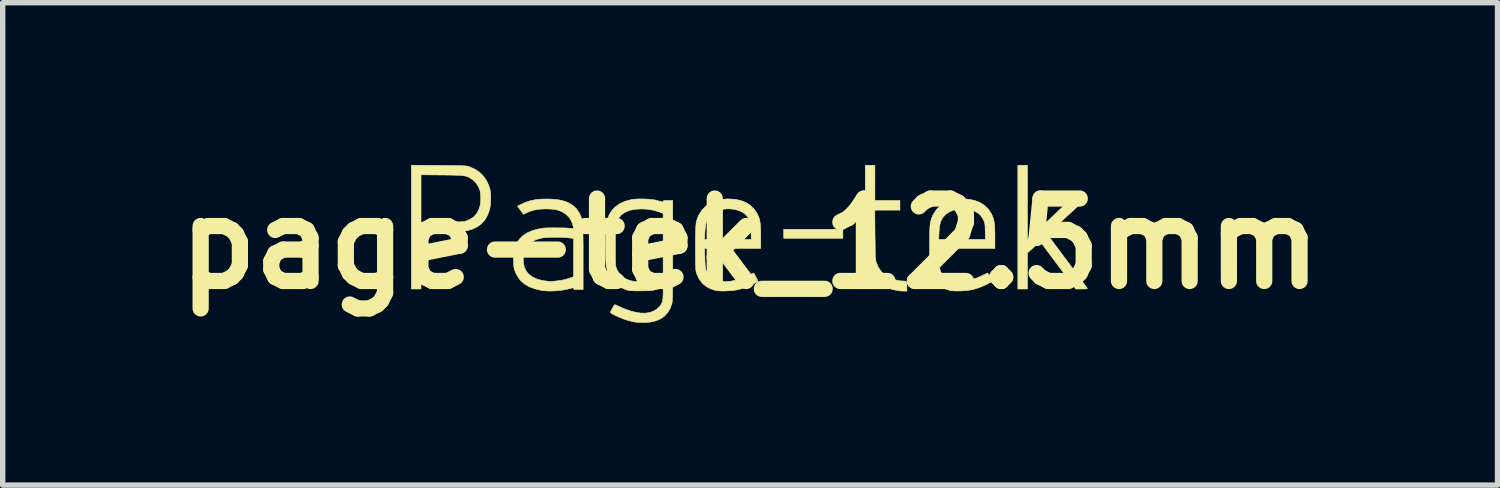
<source format=kicad_pcb>
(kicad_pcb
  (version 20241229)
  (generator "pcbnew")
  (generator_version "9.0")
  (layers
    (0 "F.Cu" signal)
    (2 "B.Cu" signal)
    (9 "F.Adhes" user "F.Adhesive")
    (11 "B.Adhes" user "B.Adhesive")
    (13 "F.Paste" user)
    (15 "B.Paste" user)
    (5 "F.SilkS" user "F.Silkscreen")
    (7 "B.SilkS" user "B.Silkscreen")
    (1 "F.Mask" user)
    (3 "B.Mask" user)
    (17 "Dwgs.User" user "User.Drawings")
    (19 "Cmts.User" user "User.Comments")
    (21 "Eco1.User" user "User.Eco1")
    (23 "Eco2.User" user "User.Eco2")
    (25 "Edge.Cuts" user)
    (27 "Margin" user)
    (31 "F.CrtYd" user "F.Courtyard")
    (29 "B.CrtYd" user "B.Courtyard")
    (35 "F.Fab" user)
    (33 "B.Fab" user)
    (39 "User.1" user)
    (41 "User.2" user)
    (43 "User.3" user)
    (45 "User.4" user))
  (footprint "page-tek_12.5mm"
    (layer "F.Cu")
    (at 10.82 1.456)
    (property "Reference" "page-tek_12.5mm" (at 0 0 0) (layer "F.SilkS") (effects (font (size 1.524 1.524) (thickness 0.3))))
    (attr through_hole)
    (fp_poly (pts (xy 1.716 -0.099) (xy 0.621 -0.099) (xy 0.621 -0.266) (xy 1.716 -0.266) (xy 1.716 -0.099)) (stroke (width 0.01) (type solid)) (fill yes) (layer "F.SilkS"))
    (fp_poly (pts (xy 5.129 -0.077) (xy 5.195 -0.136) (xy 5.233 -0.17) (xy 5.277 -0.21) (xy 5.327 -0.256) (xy 5.386 -0.311) (xy 5.454 -0.375) (xy 5.533 -0.449) (xy 5.625 -0.535) (xy 5.69 -0.597) (xy 5.746 -0.65) (xy 5.799 -0.699) (xy 5.845 -0.742) (xy 5.883 -0.777) (xy 5.912 -0.803) (xy 5.929 -0.818) (xy 5.933 -0.821) (xy 5.948 -0.824) (xy 5.978 -0.826) (xy 6.019 -0.827) (xy 6.068 -0.826) (xy 6.075 -0.826) (xy 6.203 -0.824) (xy 5.496 -0.173) (xy 5.518 -0.143) (xy 5.528 -0.13) (xy 5.548 -0.102) (xy 5.578 -0.062) (xy 5.617 -0.01) (xy 5.662 0.051) (xy 5.714 0.121) (xy 5.771 0.197) (xy 5.832 0.279) (xy 5.885 0.35) (xy 5.948 0.435) (xy 6.007 0.514) (xy 6.062 0.588) (xy 6.111 0.655) (xy 6.154 0.713) (xy 6.189 0.76) (xy 6.215 0.796) (xy 6.232 0.818) (xy 6.237 0.826) (xy 6.236 0.832) (xy 6.224 0.835) (xy 6.197 0.837) (xy 6.154 0.838) (xy 6.133 0.838) (xy 6.021 0.838) (xy 5.364 -0.039) (xy 5.129 0.171) (xy 5.129 0.838) (xy 4.951 0.838) (xy 4.951 -1.45) (xy 5.129 -1.45) (xy 5.129 -0.077)) (stroke (width 0.01) (type solid)) (fill yes) (layer "F.SilkS"))
    (fp_poly (pts (xy 2.308 -0.799) (xy 2.771 -0.799) (xy 2.771 -0.621) (xy 2.306 -0.621) (xy 2.31 -0.165) (xy 2.312 -0.058) (xy 2.313 0.032) (xy 2.314 0.106) (xy 2.315 0.166) (xy 2.317 0.214) (xy 2.318 0.252) (xy 2.321 0.281) (xy 2.323 0.304) (xy 2.327 0.322) (xy 2.331 0.338) (xy 2.335 0.351) (xy 2.374 0.44) (xy 2.428 0.517) (xy 2.497 0.581) (xy 2.578 0.631) (xy 2.673 0.666) (xy 2.712 0.675) (xy 2.754 0.683) (xy 2.796 0.689) (xy 2.826 0.69) (xy 2.859 0.691) (xy 2.881 0.696) (xy 2.893 0.708) (xy 2.898 0.731) (xy 2.9 0.768) (xy 2.9 0.79) (xy 2.9 0.878) (xy 2.843 0.876) (xy 2.806 0.875) (xy 2.772 0.873) (xy 2.757 0.871) (xy 2.634 0.848) (xy 2.523 0.811) (xy 2.425 0.761) (xy 2.341 0.698) (xy 2.272 0.623) (xy 2.221 0.542) (xy 2.206 0.514) (xy 2.193 0.486) (xy 2.182 0.458) (xy 2.172 0.428) (xy 2.163 0.395) (xy 2.156 0.359) (xy 2.15 0.316) (xy 2.145 0.267) (xy 2.141 0.21) (xy 2.138 0.143) (xy 2.135 0.066) (xy 2.133 -0.024) (xy 2.132 -0.127) (xy 2.131 -0.245) (xy 2.131 -0.379) (xy 2.13 -0.53) (xy 2.13 -0.658) (xy 2.13 -1.45) (xy 2.308 -1.45) (xy 2.308 -0.799)) (stroke (width 0.01) (type solid)) (fill yes) (layer "F.SilkS"))
    (fp_poly (pts (xy -5.757 -1.447) (xy -5.644 -1.446) (xy -5.549 -1.446) (xy -5.47 -1.445) (xy -5.406 -1.444) (xy -5.353 -1.443) (xy -5.312 -1.441) (xy -5.28 -1.439) (xy -5.254 -1.437) (xy -5.234 -1.434) (xy -5.218 -1.431) (xy -5.204 -1.427) (xy -5.19 -1.422) (xy -5.089 -1.378) (xy -5.002 -1.32) (xy -4.93 -1.249) (xy -4.872 -1.164) (xy -4.828 -1.065) (xy -4.808 -0.997) (xy -4.799 -0.945) (xy -4.795 -0.88) (xy -4.796 -0.808) (xy -4.8 -0.737) (xy -4.809 -0.671) (xy -4.818 -0.626) (xy -4.854 -0.526) (xy -4.904 -0.44) (xy -4.967 -0.369) (xy -5.044 -0.312) (xy -5.134 -0.269) (xy -5.209 -0.247) (xy -5.231 -0.242) (xy -5.253 -0.238) (xy -5.278 -0.234) (xy -5.307 -0.232) (xy -5.342 -0.23) (xy -5.387 -0.229) (xy -5.442 -0.228) (xy -5.511 -0.227) (xy -5.595 -0.227) (xy -5.688 -0.227) (xy -6.085 -0.227) (xy -6.085 0.838) (xy -6.263 0.838) (xy -6.263 -0.393) (xy -6.085 -0.393) (xy -5.698 -0.397) (xy -5.594 -0.399) (xy -5.507 -0.4) (xy -5.436 -0.402) (xy -5.38 -0.404) (xy -5.336 -0.406) (xy -5.303 -0.409) (xy -5.278 -0.413) (xy -5.262 -0.416) (xy -5.179 -0.45) (xy -5.11 -0.496) (xy -5.056 -0.556) (xy -5.016 -0.631) (xy -4.991 -0.711) (xy -4.985 -0.751) (xy -4.982 -0.804) (xy -4.982 -0.862) (xy -4.982 -0.869) (xy -4.985 -0.919) (xy -4.989 -0.956) (xy -4.996 -0.987) (xy -5.008 -1.017) (xy -5.016 -1.036) (xy -5.05 -1.097) (xy -5.087 -1.145) (xy -5.131 -1.184) (xy -5.154 -1.199) (xy -5.179 -1.215) (xy -5.202 -1.228) (xy -5.226 -1.239) (xy -5.252 -1.247) (xy -5.282 -1.254) (xy -5.319 -1.259) (xy -5.364 -1.263) (xy -5.42 -1.265) (xy -5.49 -1.267) (xy -5.574 -1.269) (xy -5.675 -1.27) (xy -5.698 -1.27) (xy -6.085 -1.274) (xy -6.085 -0.393) (xy -6.263 -0.393) (xy -6.263 -1.451) (xy -5.757 -1.447)) (stroke (width 0.01) (type solid)) (fill yes) (layer "F.SilkS"))
    (fp_poly (pts (xy -0.282 -0.821) (xy -0.175 -0.799) (xy -0.08 -0.762) (xy 0.001 -0.711) (xy 0.07 -0.646) (xy 0.124 -0.567) (xy 0.131 -0.555) (xy 0.151 -0.513) (xy 0.167 -0.472) (xy 0.179 -0.429) (xy 0.187 -0.38) (xy 0.193 -0.322) (xy 0.196 -0.253) (xy 0.197 -0.168) (xy 0.197 -0.129) (xy 0.197 0.089) (xy -0.841 0.089) (xy -0.836 0.269) (xy -0.833 0.346) (xy -0.829 0.408) (xy -0.823 0.456) (xy -0.814 0.494) (xy -0.801 0.526) (xy -0.783 0.555) (xy -0.761 0.583) (xy -0.757 0.587) (xy -0.704 0.636) (xy -0.64 0.671) (xy -0.565 0.692) (xy -0.476 0.701) (xy -0.454 0.701) (xy -0.352 0.693) (xy -0.241 0.668) (xy -0.125 0.629) (xy -0.01 0.577) (xy 0.023 0.561) (xy 0.049 0.548) (xy 0.062 0.543) (xy 0.063 0.542) (xy 0.071 0.551) (xy 0.085 0.572) (xy 0.1 0.601) (xy 0.117 0.633) (xy 0.131 0.664) (xy 0.14 0.688) (xy 0.142 0.7) (xy 0.142 0.7) (xy 0.127 0.71) (xy 0.098 0.725) (xy 0.061 0.744) (xy 0.02 0.764) (xy -0.02 0.782) (xy -0.054 0.797) (xy -0.059 0.799) (xy -0.146 0.83) (xy -0.226 0.851) (xy -0.309 0.865) (xy -0.4 0.872) (xy -0.439 0.874) (xy -0.512 0.875) (xy -0.569 0.873) (xy -0.612 0.869) (xy -0.641 0.864) (xy -0.738 0.831) (xy -0.821 0.785) (xy -0.888 0.726) (xy -0.942 0.654) (xy -0.982 0.567) (xy -0.992 0.538) (xy -0.997 0.521) (xy -1.001 0.503) (xy -1.004 0.481) (xy -1.006 0.453) (xy -1.008 0.417) (xy -1.009 0.371) (xy -1.01 0.314) (xy -1.01 0.242) (xy -1.011 0.154) (xy -1.011 0.079) (xy -1.011 -0.033) (xy -1.01 -0.079) (xy -0.841 -0.079) (xy 0.021 -0.079) (xy 0.018 -0.229) (xy 0.017 -0.287) (xy 0.015 -0.329) (xy 0.012 -0.36) (xy 0.008 -0.384) (xy 0.001 -0.406) (xy -0.01 -0.429) (xy -0.019 -0.447) (xy -0.041 -0.485) (xy -0.065 -0.52) (xy -0.087 -0.544) (xy -0.148 -0.585) (xy -0.221 -0.617) (xy -0.303 -0.637) (xy -0.389 -0.645) (xy -0.466 -0.641) (xy -0.562 -0.622) (xy -0.644 -0.588) (xy -0.712 -0.541) (xy -0.76 -0.49) (xy -0.787 -0.449) (xy -0.807 -0.404) (xy -0.821 -0.351) (xy -0.83 -0.286) (xy -0.836 -0.206) (xy -0.841 -0.079) (xy -1.01 -0.079) (xy -1.01 -0.128) (xy -1.009 -0.207) (xy -1.006 -0.273) (xy -1.003 -0.328) (xy -0.998 -0.374) (xy -0.991 -0.413) (xy -0.982 -0.447) (xy -0.971 -0.478) (xy -0.958 -0.509) (xy -0.942 -0.542) (xy -0.941 -0.542) (xy -0.889 -0.624) (xy -0.821 -0.692) (xy -0.741 -0.748) (xy -0.649 -0.789) (xy -0.545 -0.816) (xy -0.432 -0.828) (xy -0.401 -0.828) (xy -0.282 -0.821)) (stroke (width 0.01) (type solid)) (fill yes) (layer "F.SilkS"))
    (fp_poly (pts (xy 4.048 -0.821) (xy 4.155 -0.799) (xy 4.25 -0.762) (xy 4.331 -0.711) (xy 4.4 -0.646) (xy 4.454 -0.567) (xy 4.461 -0.555) (xy 4.481 -0.513) (xy 4.496 -0.472) (xy 4.508 -0.429) (xy 4.517 -0.38) (xy 4.522 -0.322) (xy 4.526 -0.253) (xy 4.527 -0.168) (xy 4.527 -0.129) (xy 4.527 0.089) (xy 3.489 0.089) (xy 3.494 0.269) (xy 3.497 0.346) (xy 3.501 0.408) (xy 3.507 0.456) (xy 3.516 0.494) (xy 3.529 0.526) (xy 3.546 0.555) (xy 3.569 0.583) (xy 3.572 0.587) (xy 3.626 0.636) (xy 3.69 0.671) (xy 3.765 0.692) (xy 3.854 0.701) (xy 3.876 0.701) (xy 3.978 0.693) (xy 4.089 0.668) (xy 4.205 0.629) (xy 4.32 0.577) (xy 4.353 0.561) (xy 4.378 0.548) (xy 4.392 0.543) (xy 4.393 0.542) (xy 4.401 0.551) (xy 4.414 0.572) (xy 4.43 0.601) (xy 4.446 0.633) (xy 4.46 0.664) (xy 4.47 0.688) (xy 4.472 0.7) (xy 4.472 0.7) (xy 4.456 0.71) (xy 4.428 0.725) (xy 4.391 0.744) (xy 4.35 0.764) (xy 4.31 0.782) (xy 4.276 0.797) (xy 4.271 0.799) (xy 4.184 0.83) (xy 4.103 0.851) (xy 4.021 0.865) (xy 3.93 0.872) (xy 3.891 0.874) (xy 3.818 0.875) (xy 3.761 0.873) (xy 3.718 0.869) (xy 3.689 0.864) (xy 3.592 0.831) (xy 3.509 0.785) (xy 3.442 0.726) (xy 3.388 0.654) (xy 3.347 0.567) (xy 3.337 0.538) (xy 3.333 0.521) (xy 3.329 0.503) (xy 3.326 0.481) (xy 3.324 0.453) (xy 3.322 0.417) (xy 3.321 0.371) (xy 3.32 0.314) (xy 3.319 0.242) (xy 3.319 0.154) (xy 3.319 0.079) (xy 3.319 -0.033) (xy 3.32 -0.079) (xy 3.488 -0.079) (xy 4.351 -0.079) (xy 4.348 -0.229) (xy 4.346 -0.287) (xy 4.345 -0.329) (xy 4.342 -0.36) (xy 4.337 -0.384) (xy 4.33 -0.406) (xy 4.32 -0.429) (xy 4.311 -0.447) (xy 4.289 -0.485) (xy 4.264 -0.52) (xy 4.242 -0.544) (xy 4.182 -0.585) (xy 4.109 -0.617) (xy 4.027 -0.637) (xy 3.941 -0.645) (xy 3.863 -0.641) (xy 3.767 -0.622) (xy 3.685 -0.588) (xy 3.617 -0.541) (xy 3.57 -0.49) (xy 3.543 -0.449) (xy 3.523 -0.404) (xy 3.509 -0.351) (xy 3.5 -0.286) (xy 3.494 -0.206) (xy 3.488 -0.079) (xy 3.32 -0.079) (xy 3.32 -0.128) (xy 3.321 -0.207) (xy 3.324 -0.273) (xy 3.327 -0.328) (xy 3.332 -0.374) (xy 3.339 -0.413) (xy 3.348 -0.447) (xy 3.359 -0.478) (xy 3.372 -0.509) (xy 3.388 -0.542) (xy 3.389 -0.542) (xy 3.441 -0.624) (xy 3.508 -0.692) (xy 3.589 -0.748) (xy 3.681 -0.789) (xy 3.785 -0.816) (xy 3.898 -0.828) (xy 3.928 -0.828) (xy 4.048 -0.821)) (stroke (width 0.01) (type solid)) (fill yes) (layer "F.SilkS"))
    (fp_poly (pts (xy -3.72 -0.826) (xy -3.631 -0.821) (xy -3.557 -0.814) (xy -3.493 -0.802) (xy -3.434 -0.786) (xy -3.376 -0.764) (xy -3.356 -0.754) (xy -3.278 -0.708) (xy -3.213 -0.648) (xy -3.162 -0.577) (xy -3.147 -0.548) (xy -3.135 -0.521) (xy -3.125 -0.496) (xy -3.117 -0.47) (xy -3.109 -0.442) (xy -3.104 -0.41) (xy -3.099 -0.372) (xy -3.095 -0.328) (xy -3.092 -0.275) (xy -3.09 -0.211) (xy -3.089 -0.136) (xy -3.088 -0.046) (xy -3.087 0.058) (xy -3.087 0.18) (xy -3.087 0.262) (xy -3.087 0.848) (xy -3.176 0.848) (xy -3.218 0.848) (xy -3.244 0.846) (xy -3.258 0.843) (xy -3.264 0.836) (xy -3.265 0.829) (xy -3.266 0.819) (xy -3.273 0.815) (xy -3.291 0.819) (xy -3.311 0.825) (xy -3.401 0.847) (xy -3.501 0.863) (xy -3.605 0.873) (xy -3.708 0.876) (xy -3.803 0.871) (xy -3.858 0.864) (xy -3.976 0.836) (xy -4.078 0.799) (xy -4.164 0.751) (xy -4.235 0.691) (xy -4.292 0.619) (xy -4.337 0.535) (xy -4.35 0.498) (xy -4.36 0.468) (xy -4.367 0.44) (xy -4.371 0.409) (xy -4.373 0.37) (xy -4.374 0.319) (xy -4.374 0.286) (xy -4.374 0.285) (xy -4.195 0.285) (xy -4.191 0.351) (xy -4.18 0.413) (xy -4.171 0.444) (xy -4.137 0.512) (xy -4.086 0.57) (xy -4.02 0.618) (xy -3.939 0.655) (xy -3.844 0.68) (xy -3.774 0.69) (xy -3.736 0.694) (xy -3.707 0.697) (xy -3.69 0.698) (xy -3.689 0.699) (xy -3.677 0.698) (xy -3.651 0.696) (xy -3.614 0.693) (xy -3.588 0.69) (xy -3.473 0.674) (xy -3.372 0.649) (xy -3.316 0.63) (xy -3.265 0.609) (xy -3.265 -0.097) (xy -3.311 -0.103) (xy -3.388 -0.111) (xy -3.472 -0.117) (xy -3.56 -0.119) (xy -3.648 -0.119) (xy -3.73 -0.116) (xy -3.804 -0.11) (xy -3.863 -0.102) (xy -3.879 -0.098) (xy -3.97 -0.069) (xy -4.046 -0.027) (xy -4.107 0.027) (xy -4.152 0.093) (xy -4.182 0.17) (xy -4.192 0.223) (xy -4.195 0.285) (xy -4.374 0.285) (xy -4.373 0.226) (xy -4.372 0.181) (xy -4.368 0.146) (xy -4.363 0.117) (xy -4.355 0.087) (xy -4.35 0.074) (xy -4.313 -0.012) (xy -4.264 -0.086) (xy -4.201 -0.148) (xy -4.124 -0.199) (xy -4.033 -0.239) (xy -3.925 -0.27) (xy -3.827 -0.287) (xy -3.794 -0.29) (xy -3.748 -0.292) (xy -3.69 -0.293) (xy -3.626 -0.294) (xy -3.558 -0.293) (xy -3.491 -0.292) (xy -3.427 -0.291) (xy -3.371 -0.288) (xy -3.325 -0.285) (xy -3.294 -0.282) (xy -3.285 -0.28) (xy -3.27 -0.277) (xy -3.265 -0.283) (xy -3.267 -0.302) (xy -3.269 -0.311) (xy -3.294 -0.397) (xy -3.335 -0.472) (xy -3.391 -0.533) (xy -3.461 -0.582) (xy -3.544 -0.617) (xy -3.6 -0.631) (xy -3.636 -0.636) (xy -3.685 -0.64) (xy -3.74 -0.642) (xy -3.787 -0.643) (xy -3.893 -0.638) (xy -3.986 -0.623) (xy -4.073 -0.597) (xy -4.13 -0.573) (xy -4.191 -0.544) (xy -4.246 -0.618) (xy -4.27 -0.65) (xy -4.288 -0.676) (xy -4.298 -0.692) (xy -4.299 -0.695) (xy -4.289 -0.701) (xy -4.266 -0.712) (xy -4.244 -0.724) (xy -4.15 -0.766) (xy -4.057 -0.796) (xy -3.96 -0.816) (xy -3.855 -0.825) (xy -3.737 -0.826) (xy -3.72 -0.826)) (stroke (width 0.01) (type solid)) (fill yes) (layer "F.SilkS"))
    (fp_poly (pts (xy -1.948 -0.826) (xy -1.884 -0.823) (xy -1.832 -0.819) (xy -1.786 -0.813) (xy -1.738 -0.803) (xy -1.684 -0.789) (xy -1.63 -0.773) (xy -1.613 -0.772) (xy -1.608 -0.783) (xy -1.605 -0.791) (xy -1.594 -0.795) (xy -1.572 -0.798) (xy -1.535 -0.799) (xy -1.519 -0.799) (xy -1.43 -0.799) (xy -1.43 0.124) (xy -1.43 0.283) (xy -1.43 0.422) (xy -1.43 0.545) (xy -1.431 0.651) (xy -1.431 0.743) (xy -1.432 0.821) (xy -1.433 0.887) (xy -1.434 0.941) (xy -1.435 0.986) (xy -1.436 1.022) (xy -1.438 1.05) (xy -1.44 1.072) (xy -1.442 1.089) (xy -1.444 1.103) (xy -1.446 1.107) (xy -1.478 1.199) (xy -1.525 1.277) (xy -1.586 1.342) (xy -1.661 1.393) (xy -1.749 1.429) (xy -1.849 1.451) (xy -1.962 1.459) (xy -1.972 1.458) (xy -2.021 1.457) (xy -2.07 1.455) (xy -2.109 1.452) (xy -2.125 1.45) (xy -2.227 1.428) (xy -2.336 1.394) (xy -2.445 1.35) (xy -2.518 1.315) (xy -2.549 1.297) (xy -2.573 1.282) (xy -2.584 1.272) (xy -2.584 1.271) (xy -2.579 1.258) (xy -2.567 1.234) (xy -2.551 1.203) (xy -2.534 1.172) (xy -2.518 1.146) (xy -2.507 1.131) (xy -2.505 1.129) (xy -2.492 1.13) (xy -2.468 1.139) (xy -2.437 1.154) (xy -2.328 1.203) (xy -2.22 1.242) (xy -2.117 1.268) (xy -2.02 1.283) (xy -1.932 1.284) (xy -1.855 1.273) (xy -1.842 1.269) (xy -1.77 1.239) (xy -1.708 1.196) (xy -1.659 1.144) (xy -1.626 1.085) (xy -1.623 1.077) (xy -1.617 1.053) (xy -1.613 1.017) (xy -1.61 0.975) (xy -1.608 0.931) (xy -1.607 0.889) (xy -1.608 0.853) (xy -1.611 0.828) (xy -1.615 0.819) (xy -1.615 0.819) (xy -1.627 0.821) (xy -1.654 0.827) (xy -1.691 0.837) (xy -1.721 0.844) (xy -1.757 0.853) (xy -1.789 0.86) (xy -1.82 0.865) (xy -1.856 0.868) (xy -1.9 0.87) (xy -1.956 0.871) (xy -2.022 0.872) (xy -2.092 0.872) (xy -2.145 0.872) (xy -2.186 0.87) (xy -2.218 0.868) (xy -2.245 0.864) (xy -2.269 0.858) (xy -2.295 0.851) (xy -2.297 0.85) (xy -2.392 0.811) (xy -2.474 0.757) (xy -2.542 0.689) (xy -2.596 0.608) (xy -2.636 0.516) (xy -2.659 0.412) (xy -2.663 0.384) (xy -2.666 0.338) (xy -2.669 0.276) (xy -2.671 0.202) (xy -2.672 0.12) (xy -2.672 0.034) (xy -2.672 -0.027) (xy -2.49 -0.027) (xy -2.49 0.03) (xy -2.49 0.126) (xy -2.49 0.205) (xy -2.49 0.269) (xy -2.489 0.319) (xy -2.488 0.358) (xy -2.486 0.388) (xy -2.483 0.41) (xy -2.48 0.428) (xy -2.476 0.443) (xy -2.471 0.458) (xy -2.468 0.466) (xy -2.429 0.537) (xy -2.374 0.597) (xy -2.305 0.646) (xy -2.228 0.68) (xy -2.169 0.693) (xy -2.095 0.7) (xy -2.012 0.702) (xy -1.924 0.697) (xy -1.835 0.687) (xy -1.825 0.685) (xy -1.775 0.676) (xy -1.722 0.664) (xy -1.677 0.652) (xy -1.674 0.651) (xy -1.608 0.63) (xy -1.608 -0.56) (xy -1.676 -0.585) (xy -1.789 -0.619) (xy -1.907 -0.638) (xy -2.012 -0.643) (xy -2.123 -0.637) (xy -2.221 -0.618) (xy -2.304 -0.585) (xy -2.373 -0.539) (xy -2.427 -0.48) (xy -2.467 -0.408) (xy -2.468 -0.406) (xy -2.473 -0.392) (xy -2.478 -0.377) (xy -2.482 -0.361) (xy -2.485 -0.342) (xy -2.487 -0.316) (xy -2.488 -0.283) (xy -2.489 -0.239) (xy -2.49 -0.183) (xy -2.49 -0.113) (xy -2.49 -0.027) (xy -2.672 -0.027) (xy -2.672 -0.052) (xy -2.671 -0.135) (xy -2.669 -0.211) (xy -2.667 -0.275) (xy -2.663 -0.324) (xy -2.663 -0.327) (xy -2.644 -0.433) (xy -2.609 -0.528) (xy -2.559 -0.61) (xy -2.494 -0.68) (xy -2.414 -0.737) (xy -2.319 -0.781) (xy -2.211 -0.812) (xy -2.17 -0.819) (xy -2.122 -0.824) (xy -2.06 -0.827) (xy -1.988 -0.827) (xy -1.948 -0.826)) (stroke (width 0.01) (type solid)) (fill yes) (layer "F.SilkS")))
  (gr_rect
    (start -3 -3)
    (end 24.641 5.92)
    (stroke (width 0.1) (type default))
    (fill no)
    (layer "Edge.Cuts")))
</source>
